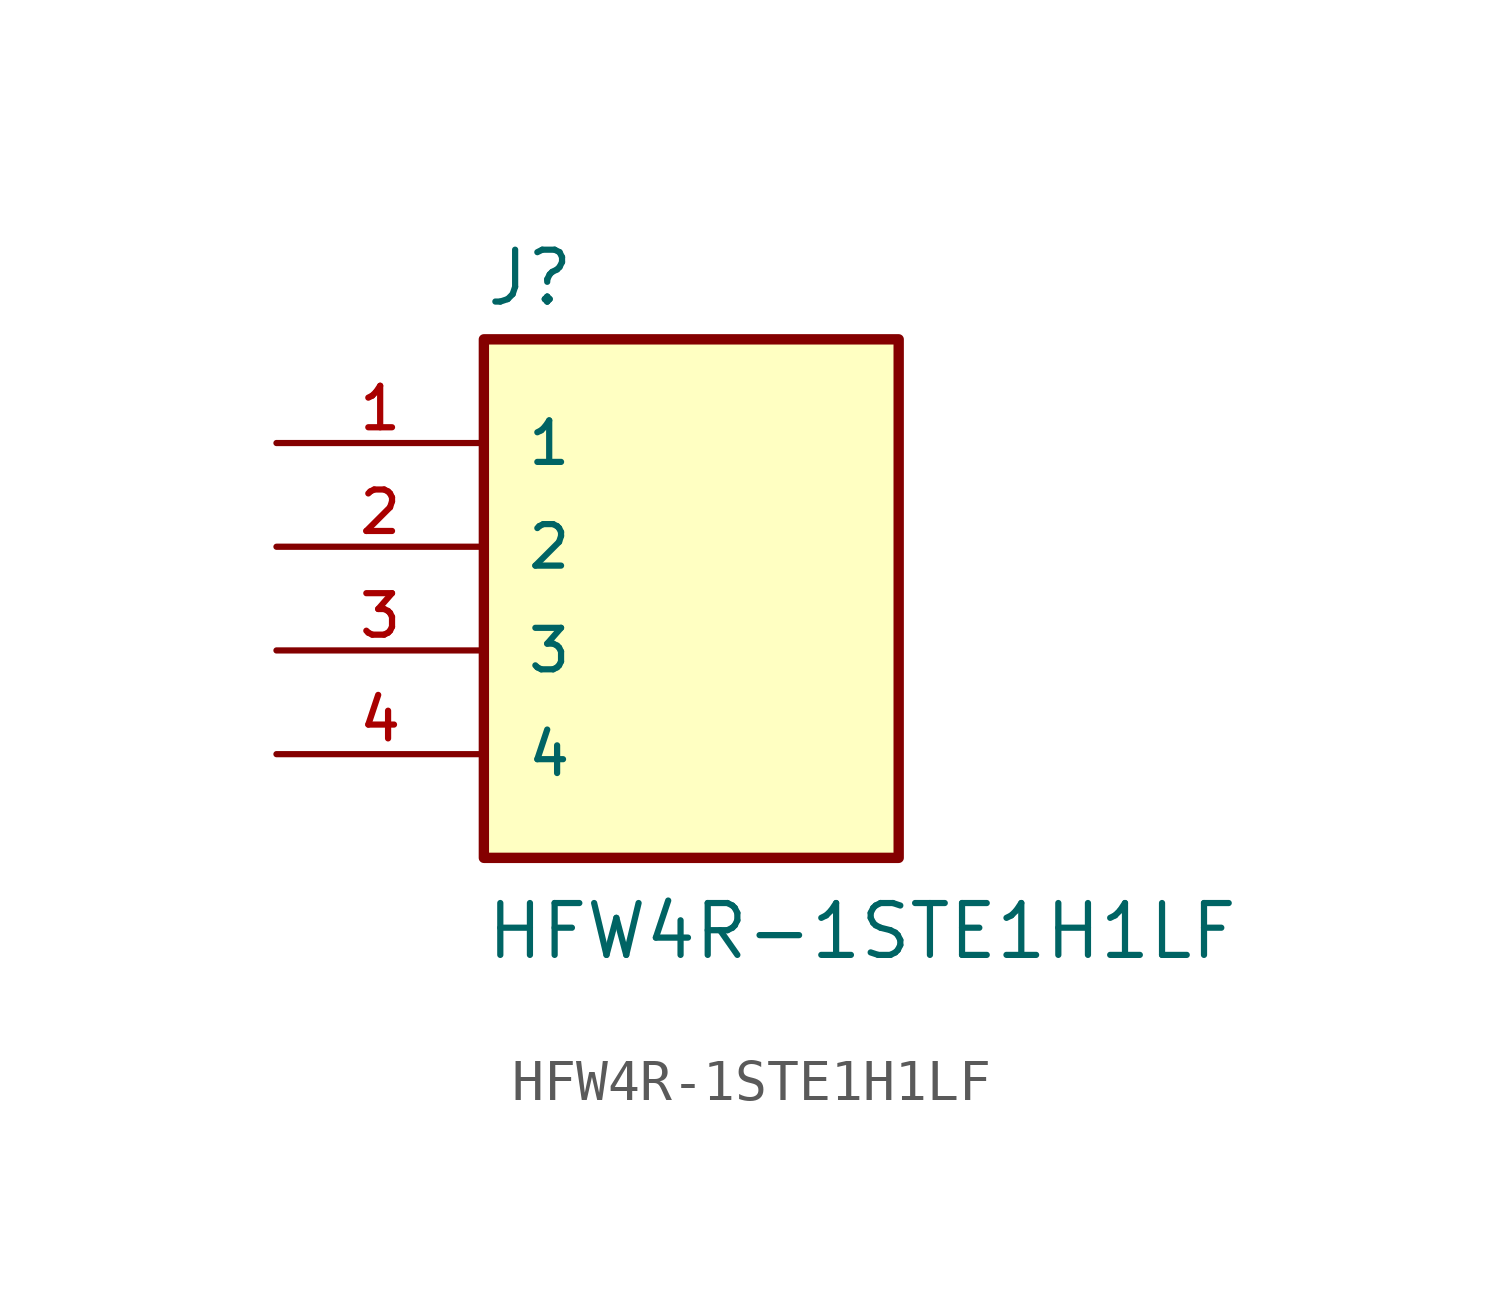
<source format=kicad_sym>
(kicad_symbol_lib
  (version 20211014)
  (generator kicad_symbol_editor)
  (symbol "HFW4R-1STE1H1LF"
    (pin_names
      (offset 1.016))
    (property "Reference" "J"
      (at -5.08 5.842 0)
      (effects (font (size 1.27 1.27)) (justify bottom left)))
    (property "Value" "HFW4R-1STE1H1LF"
      (at -5.08 -10.16 0)
      (effects (font (size 1.27 1.27)) (justify bottom left)))
    (symbol "HFW4R-1STE1H1LF_0_0"
      (rectangle (start -5.08 -7.62) (end 5.08 5.08) (stroke (width 0.254)) (fill (type background)))
      (pin passive line (at -10.16 2.54 0) (length 5.08) (name "1" (effects (font (size 1.016 1.016)))) (number "1" (effects (font (size 1.016 1.016)))))
      (pin passive line (at -10.16 0.0 0) (length 5.08) (name "2" (effects (font (size 1.016 1.016)))) (number "2" (effects (font (size 1.016 1.016)))))
      (pin passive line (at -10.16 -2.54 0) (length 5.08) (name "3" (effects (font (size 1.016 1.016)))) (number "3" (effects (font (size 1.016 1.016)))))
      (pin passive line (at -10.16 -5.08 0) (length 5.08) (name "4" (effects (font (size 1.016 1.016)))) (number "4" (effects (font (size 1.016 1.016))))))))
</source>
